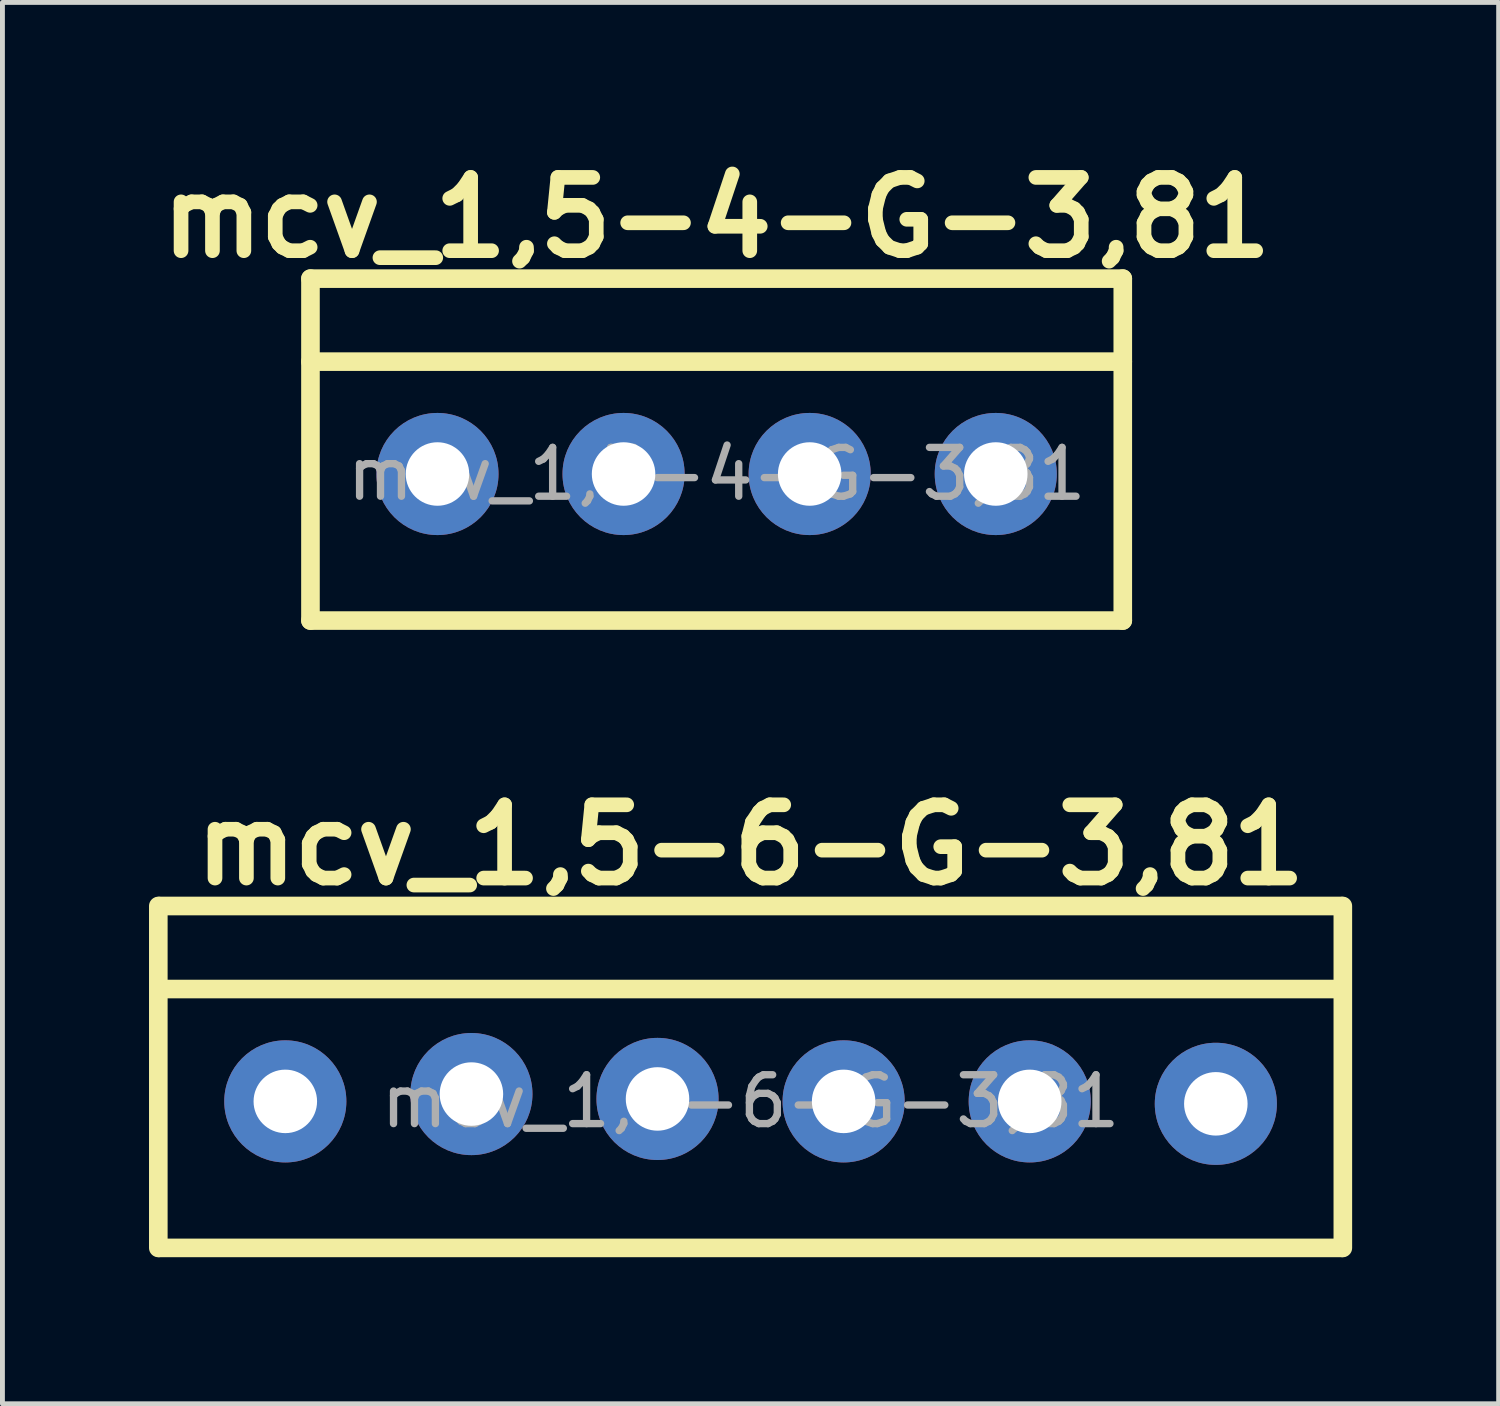
<source format=kicad_pcb>
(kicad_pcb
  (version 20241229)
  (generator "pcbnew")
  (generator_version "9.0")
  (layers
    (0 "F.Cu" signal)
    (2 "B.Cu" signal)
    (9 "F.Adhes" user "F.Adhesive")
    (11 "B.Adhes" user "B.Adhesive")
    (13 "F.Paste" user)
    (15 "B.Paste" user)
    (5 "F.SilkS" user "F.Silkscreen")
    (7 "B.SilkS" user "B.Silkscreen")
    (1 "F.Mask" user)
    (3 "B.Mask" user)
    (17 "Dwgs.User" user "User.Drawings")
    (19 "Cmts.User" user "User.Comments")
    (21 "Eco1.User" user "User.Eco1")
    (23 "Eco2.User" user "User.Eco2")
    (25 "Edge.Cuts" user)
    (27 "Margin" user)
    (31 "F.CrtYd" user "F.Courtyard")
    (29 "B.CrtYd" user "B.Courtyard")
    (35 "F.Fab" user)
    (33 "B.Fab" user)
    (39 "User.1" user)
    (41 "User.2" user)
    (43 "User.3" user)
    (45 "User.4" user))
  (footprint "mcv_1,5-4-G-3,81"
    (layer "F.Cu")
    (at 11.621 6.654)
    (property "Reference" "mcv_1,5-4-G-3,81" (at 0 -5.25 0) (layer "F.SilkS") (effects (font (size 1.5 1.5) (thickness 0.3))))
    (attr through_hole)
    (fp_line (start -8.315 -4) (end -8.315 3) (stroke (width 0.381) (type solid)) (layer "F.SilkS"))
    (fp_line (start -8.315 -2.3) (end 8.315 -2.3) (stroke (width 0.381) (type solid)) (layer "F.SilkS"))
    (fp_line (start -8.315 3) (end 8.315 3) (stroke (width 0.381) (type solid)) (layer "F.SilkS"))
    (fp_line (start 8.315 -4) (end -8.315 -4) (stroke (width 0.381) (type solid)) (layer "F.SilkS"))
    (fp_line (start 8.315 3) (end 8.315 -4) (stroke (width 0.381) (type solid)) (layer "F.SilkS"))
    (fp_text user "${REFERENCE}" (at 0 0 0) (layer "F.Fab") (effects (font (size 1 1) (thickness 0.15))))
    (pad "1" thru_hole circle (at -5.715 0) (size 2.5 2.5) (drill 1.3) (layers "*.Cu" "*.Mask"))
    (pad "2" thru_hole circle (at -1.905 0) (size 2.5 2.5) (drill 1.3) (layers "*.Cu" "*.Mask"))
    (pad "3" thru_hole circle (at 1.905 0) (size 2.5 2.5) (drill 1.3) (layers "*.Cu" "*.Mask"))
    (pad "4" thru_hole circle (at 5.715 0) (size 2.5 2.5) (drill 1.3) (layers "*.Cu" "*.Mask")))
  (footprint "mcv_1,5-6-G-3,81"
    (layer "F.Cu")
    (at 12.316 19.498)
    (property "Reference" "mcv_1,5-6-G-3,81" (at 0 -5.25 0) (layer "F.SilkS") (effects (font (size 1.5 1.5) (thickness 0.3))))
    (attr through_hole)
    (fp_line (start -12.125 -4) (end -12.125 3) (stroke (width 0.381) (type solid)) (layer "F.SilkS"))
    (fp_line (start -12.1 -2.3) (end 12.1 -2.3) (stroke (width 0.381) (type solid)) (layer "F.SilkS"))
    (fp_line (start -12.1 3) (end 12.1 3) (stroke (width 0.381) (type solid)) (layer "F.SilkS"))
    (fp_line (start 12.1 -4) (end -12.1 -4) (stroke (width 0.381) (type solid)) (layer "F.SilkS"))
    (fp_line (start 12.125 3) (end 12.125 -4) (stroke (width 0.381) (type solid)) (layer "F.SilkS"))
    (fp_text user "${REFERENCE}" (at 0 0 0) (layer "F.Fab") (effects (font (size 1 1) (thickness 0.15))))
    (pad "1" thru_hole circle (at -9.525 0) (size 2.5 2.5) (drill 1.3) (layers "*.Cu" "*.Mask"))
    (pad "2" thru_hole circle (at -5.715 -0.15) (size 2.5 2.5) (drill 1.3) (layers "*.Cu" "*.Mask"))
    (pad "3" thru_hole circle (at -1.905 -0.05) (size 2.5 2.5) (drill 1.3) (layers "*.Cu" "*.Mask"))
    (pad "4" thru_hole circle (at 1.905 0) (size 2.5 2.5) (drill 1.3) (layers "*.Cu" "*.Mask"))
    (pad "5" thru_hole circle (at 5.715 0) (size 2.5 2.5) (drill 1.3) (layers "*.Cu" "*.Mask"))
    (pad "6" thru_hole circle (at 9.525 0.05) (size 2.5 2.5) (drill 1.3) (layers "*.Cu" "*.Mask")))
  (gr_rect
    (start -3 -3)
    (end 27.631 25.689)
    (stroke (width 0.1) (type default))
    (fill no)
    (layer "Edge.Cuts")))
</source>
